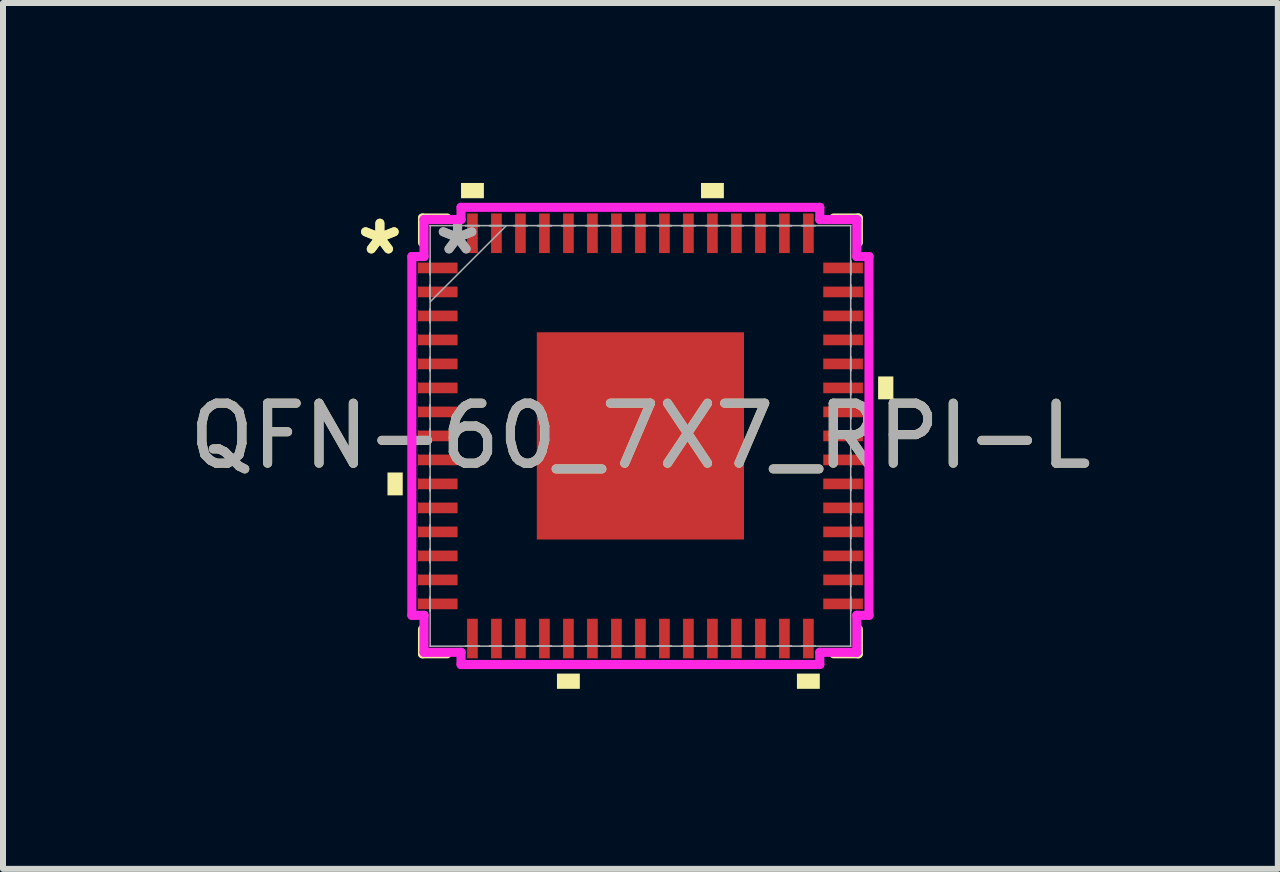
<source format=kicad_pcb>
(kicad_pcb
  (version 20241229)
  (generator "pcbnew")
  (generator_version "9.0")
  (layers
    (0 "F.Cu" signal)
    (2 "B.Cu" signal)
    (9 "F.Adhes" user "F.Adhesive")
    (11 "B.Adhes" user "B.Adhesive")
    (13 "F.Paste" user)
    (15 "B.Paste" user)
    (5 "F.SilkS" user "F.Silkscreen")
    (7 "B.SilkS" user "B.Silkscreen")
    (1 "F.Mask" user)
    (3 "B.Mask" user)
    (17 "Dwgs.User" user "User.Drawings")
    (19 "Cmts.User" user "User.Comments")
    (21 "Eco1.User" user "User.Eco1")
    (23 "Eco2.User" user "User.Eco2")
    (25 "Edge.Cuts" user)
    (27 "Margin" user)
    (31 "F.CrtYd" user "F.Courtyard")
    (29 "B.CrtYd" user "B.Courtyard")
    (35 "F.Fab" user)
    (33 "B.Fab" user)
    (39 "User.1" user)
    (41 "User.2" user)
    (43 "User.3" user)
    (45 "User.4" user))
  (footprint "QFN-60_7X7_RPI-L"
    (layer "F.Cu")
    (at 7.625 4.216)
    (property "Reference" "QFN-60_7X7_RPI-L" (at 0 0 0) (unlocked yes) (layer "F.SilkS") (effects (font (size 1 1) (thickness 0.15))))
    (attr smd)
    (fp_line (start -3.632 -3.632) (end -3.632 -3.222) (stroke (width 0.152) (type solid)) (layer "F.SilkS"))
    (fp_line (start -3.632 3.222) (end -3.632 3.632) (stroke (width 0.152) (type solid)) (layer "F.SilkS"))
    (fp_line (start -3.632 3.632) (end -3.222 3.632) (stroke (width 0.152) (type solid)) (layer "F.SilkS"))
    (fp_line (start -3.222 -3.632) (end -3.632 -3.632) (stroke (width 0.152) (type solid)) (layer "F.SilkS"))
    (fp_line (start 3.222 3.632) (end 3.632 3.632) (stroke (width 0.152) (type solid)) (layer "F.SilkS"))
    (fp_line (start 3.632 -3.632) (end 3.222 -3.632) (stroke (width 0.152) (type solid)) (layer "F.SilkS"))
    (fp_line (start 3.632 -3.222) (end 3.632 -3.632) (stroke (width 0.152) (type solid)) (layer "F.SilkS"))
    (fp_line (start 3.632 3.632) (end 3.632 3.222) (stroke (width 0.152) (type solid)) (layer "F.SilkS"))
    (fp_poly (pts (xy -4.216 0.61) (xy -4.216 0.991) (xy -3.962 0.991) (xy -3.962 0.61)) (stroke (width 0) (type solid)) (fill yes) (layer "F.SilkS"))
    (fp_poly (pts (xy -2.99 -3.962) (xy -2.99 -4.216) (xy -2.609 -4.216) (xy -2.609 -3.962)) (stroke (width 0) (type solid)) (fill yes) (layer "F.SilkS"))
    (fp_poly (pts (xy -1.391 3.962) (xy -1.391 4.216) (xy -1.01 4.216) (xy -1.01 3.962)) (stroke (width 0) (type solid)) (fill yes) (layer "F.SilkS"))
    (fp_poly (pts (xy 1.01 -3.962) (xy 1.01 -4.216) (xy 1.391 -4.216) (xy 1.391 -3.962)) (stroke (width 0) (type solid)) (fill yes) (layer "F.SilkS"))
    (fp_poly (pts (xy 2.609 3.962) (xy 2.609 4.216) (xy 2.99 4.216) (xy 2.99 3.962)) (stroke (width 0) (type solid)) (fill yes) (layer "F.SilkS"))
    (fp_poly (pts (xy 4.216 -0.991) (xy 4.216 -0.61) (xy 3.962 -0.61) (xy 3.962 -0.991)) (stroke (width 0) (type solid)) (fill yes) (layer "F.SilkS"))
    (fp_poly (pts (xy -1.627 -1.627) (xy -1.627 -0.1) (xy -0.1 -0.1) (xy -0.1 -1.627)) (stroke (width 0) (type solid)) (fill yes) (layer "F.Paste"))
    (fp_poly (pts (xy -1.627 0.1) (xy -1.627 1.627) (xy -0.1 1.627) (xy -0.1 0.1)) (stroke (width 0) (type solid)) (fill yes) (layer "F.Paste"))
    (fp_poly (pts (xy 0.1 -1.627) (xy 0.1 -0.1) (xy 1.627 -0.1) (xy 1.627 -1.627)) (stroke (width 0) (type solid)) (fill yes) (layer "F.Paste"))
    (fp_poly (pts (xy 0.1 0.1) (xy 0.1 1.627) (xy 1.627 1.627) (xy 1.627 0.1)) (stroke (width 0) (type solid)) (fill yes) (layer "F.Paste"))
    (fp_line (start -3.81 -2.99) (end -3.607 -2.99) (stroke (width 0.152) (type solid)) (layer "F.CrtYd"))
    (fp_line (start -3.81 2.99) (end -3.81 -2.99) (stroke (width 0.152) (type solid)) (layer "F.CrtYd"))
    (fp_line (start -3.607 -3.607) (end -2.99 -3.607) (stroke (width 0.152) (type solid)) (layer "F.CrtYd"))
    (fp_line (start -3.607 -2.99) (end -3.607 -3.607) (stroke (width 0.152) (type solid)) (layer "F.CrtYd"))
    (fp_line (start -3.607 2.99) (end -3.81 2.99) (stroke (width 0.152) (type solid)) (layer "F.CrtYd"))
    (fp_line (start -3.607 3.607) (end -3.607 2.99) (stroke (width 0.152) (type solid)) (layer "F.CrtYd"))
    (fp_line (start -2.99 -3.81) (end 2.99 -3.81) (stroke (width 0.152) (type solid)) (layer "F.CrtYd"))
    (fp_line (start -2.99 -3.607) (end -2.99 -3.81) (stroke (width 0.152) (type solid)) (layer "F.CrtYd"))
    (fp_line (start -2.99 3.607) (end -3.607 3.607) (stroke (width 0.152) (type solid)) (layer "F.CrtYd"))
    (fp_line (start -2.99 3.81) (end -2.99 3.607) (stroke (width 0.152) (type solid)) (layer "F.CrtYd"))
    (fp_line (start 2.99 -3.81) (end 2.99 -3.607) (stroke (width 0.152) (type solid)) (layer "F.CrtYd"))
    (fp_line (start 2.99 -3.607) (end 3.607 -3.607) (stroke (width 0.152) (type solid)) (layer "F.CrtYd"))
    (fp_line (start 2.99 3.607) (end 2.99 3.81) (stroke (width 0.152) (type solid)) (layer "F.CrtYd"))
    (fp_line (start 2.99 3.81) (end -2.99 3.81) (stroke (width 0.152) (type solid)) (layer "F.CrtYd"))
    (fp_line (start 3.607 -3.607) (end 3.607 -2.99) (stroke (width 0.152) (type solid)) (layer "F.CrtYd"))
    (fp_line (start 3.607 -2.99) (end 3.81 -2.99) (stroke (width 0.152) (type solid)) (layer "F.CrtYd"))
    (fp_line (start 3.607 2.99) (end 3.607 3.607) (stroke (width 0.152) (type solid)) (layer "F.CrtYd"))
    (fp_line (start 3.607 3.607) (end 2.99 3.607) (stroke (width 0.152) (type solid)) (layer "F.CrtYd"))
    (fp_line (start 3.81 -2.99) (end 3.81 2.99) (stroke (width 0.152) (type solid)) (layer "F.CrtYd"))
    (fp_line (start 3.81 2.99) (end 3.607 2.99) (stroke (width 0.152) (type solid)) (layer "F.CrtYd"))
    (fp_line (start -3.505 -3.505) (end -3.505 -3.505) (stroke (width 0.025) (type solid)) (layer "F.Fab"))
    (fp_line (start -3.505 -3.505) (end -3.505 3.505) (stroke (width 0.025) (type solid)) (layer "F.Fab"))
    (fp_line (start -3.505 -2.914) (end -3.505 -2.914) (stroke (width 0.025) (type solid)) (layer "F.Fab"))
    (fp_line (start -3.505 -2.914) (end -3.505 -2.686) (stroke (width 0.025) (type solid)) (layer "F.Fab"))
    (fp_line (start -3.505 -2.686) (end -3.505 -2.914) (stroke (width 0.025) (type solid)) (layer "F.Fab"))
    (fp_line (start -3.505 -2.686) (end -3.505 -2.686) (stroke (width 0.025) (type solid)) (layer "F.Fab"))
    (fp_line (start -3.505 -2.514) (end -3.505 -2.514) (stroke (width 0.025) (type solid)) (layer "F.Fab"))
    (fp_line (start -3.505 -2.514) (end -3.505 -2.286) (stroke (width 0.025) (type solid)) (layer "F.Fab"))
    (fp_line (start -3.505 -2.286) (end -3.505 -2.514) (stroke (width 0.025) (type solid)) (layer "F.Fab"))
    (fp_line (start -3.505 -2.286) (end -3.505 -2.286) (stroke (width 0.025) (type solid)) (layer "F.Fab"))
    (fp_line (start -3.505 -2.235) (end -2.235 -3.505) (stroke (width 0.025) (type solid)) (layer "F.Fab"))
    (fp_line (start -3.505 -2.114) (end -3.505 -2.114) (stroke (width 0.025) (type solid)) (layer "F.Fab"))
    (fp_line (start -3.505 -2.114) (end -3.505 -1.886) (stroke (width 0.025) (type solid)) (layer "F.Fab"))
    (fp_line (start -3.505 -1.886) (end -3.505 -2.114) (stroke (width 0.025) (type solid)) (layer "F.Fab"))
    (fp_line (start -3.505 -1.886) (end -3.505 -1.886) (stroke (width 0.025) (type solid)) (layer "F.Fab"))
    (fp_line (start -3.505 -1.714) (end -3.505 -1.714) (stroke (width 0.025) (type solid)) (layer "F.Fab"))
    (fp_line (start -3.505 -1.714) (end -3.505 -1.486) (stroke (width 0.025) (type solid)) (layer "F.Fab"))
    (fp_line (start -3.505 -1.486) (end -3.505 -1.714) (stroke (width 0.025) (type solid)) (layer "F.Fab"))
    (fp_line (start -3.505 -1.486) (end -3.505 -1.486) (stroke (width 0.025) (type solid)) (layer "F.Fab"))
    (fp_line (start -3.505 -1.314) (end -3.505 -1.314) (stroke (width 0.025) (type solid)) (layer "F.Fab"))
    (fp_line (start -3.505 -1.314) (end -3.505 -1.086) (stroke (width 0.025) (type solid)) (layer "F.Fab"))
    (fp_line (start -3.505 -1.086) (end -3.505 -1.314) (stroke (width 0.025) (type solid)) (layer "F.Fab"))
    (fp_line (start -3.505 -1.086) (end -3.505 -1.086) (stroke (width 0.025) (type solid)) (layer "F.Fab"))
    (fp_line (start -3.505 -0.914) (end -3.505 -0.914) (stroke (width 0.025) (type solid)) (layer "F.Fab"))
    (fp_line (start -3.505 -0.914) (end -3.505 -0.686) (stroke (width 0.025) (type solid)) (layer "F.Fab"))
    (fp_line (start -3.505 -0.686) (end -3.505 -0.914) (stroke (width 0.025) (type solid)) (layer "F.Fab"))
    (fp_line (start -3.505 -0.686) (end -3.505 -0.686) (stroke (width 0.025) (type solid)) (layer "F.Fab"))
    (fp_line (start -3.505 -0.514) (end -3.505 -0.514) (stroke (width 0.025) (type solid)) (layer "F.Fab"))
    (fp_line (start -3.505 -0.514) (end -3.505 -0.286) (stroke (width 0.025) (type solid)) (layer "F.Fab"))
    (fp_line (start -3.505 -0.286) (end -3.505 -0.514) (stroke (width 0.025) (type solid)) (layer "F.Fab"))
    (fp_line (start -3.505 -0.286) (end -3.505 -0.286) (stroke (width 0.025) (type solid)) (layer "F.Fab"))
    (fp_line (start -3.505 -0.114) (end -3.505 -0.114) (stroke (width 0.025) (type solid)) (layer "F.Fab"))
    (fp_line (start -3.505 -0.114) (end -3.505 0.114) (stroke (width 0.025) (type solid)) (layer "F.Fab"))
    (fp_line (start -3.505 0.114) (end -3.505 -0.114) (stroke (width 0.025) (type solid)) (layer "F.Fab"))
    (fp_line (start -3.505 0.114) (end -3.505 0.114) (stroke (width 0.025) (type solid)) (layer "F.Fab"))
    (fp_line (start -3.505 0.286) (end -3.505 0.286) (stroke (width 0.025) (type solid)) (layer "F.Fab"))
    (fp_line (start -3.505 0.286) (end -3.505 0.514) (stroke (width 0.025) (type solid)) (layer "F.Fab"))
    (fp_line (start -3.505 0.514) (end -3.505 0.286) (stroke (width 0.025) (type solid)) (layer "F.Fab"))
    (fp_line (start -3.505 0.514) (end -3.505 0.514) (stroke (width 0.025) (type solid)) (layer "F.Fab"))
    (fp_line (start -3.505 0.686) (end -3.505 0.686) (stroke (width 0.025) (type solid)) (layer "F.Fab"))
    (fp_line (start -3.505 0.686) (end -3.505 0.914) (stroke (width 0.025) (type solid)) (layer "F.Fab"))
    (fp_line (start -3.505 0.914) (end -3.505 0.686) (stroke (width 0.025) (type solid)) (layer "F.Fab"))
    (fp_line (start -3.505 0.914) (end -3.505 0.914) (stroke (width 0.025) (type solid)) (layer "F.Fab"))
    (fp_line (start -3.505 1.086) (end -3.505 1.086) (stroke (width 0.025) (type solid)) (layer "F.Fab"))
    (fp_line (start -3.505 1.086) (end -3.505 1.314) (stroke (width 0.025) (type solid)) (layer "F.Fab"))
    (fp_line (start -3.505 1.314) (end -3.505 1.086) (stroke (width 0.025) (type solid)) (layer "F.Fab"))
    (fp_line (start -3.505 1.314) (end -3.505 1.314) (stroke (width 0.025) (type solid)) (layer "F.Fab"))
    (fp_line (start -3.505 1.486) (end -3.505 1.486) (stroke (width 0.025) (type solid)) (layer "F.Fab"))
    (fp_line (start -3.505 1.486) (end -3.505 1.714) (stroke (width 0.025) (type solid)) (layer "F.Fab"))
    (fp_line (start -3.505 1.714) (end -3.505 1.486) (stroke (width 0.025) (type solid)) (layer "F.Fab"))
    (fp_line (start -3.505 1.714) (end -3.505 1.714) (stroke (width 0.025) (type solid)) (layer "F.Fab"))
    (fp_line (start -3.505 1.886) (end -3.505 1.886) (stroke (width 0.025) (type solid)) (layer "F.Fab"))
    (fp_line (start -3.505 1.886) (end -3.505 2.114) (stroke (width 0.025) (type solid)) (layer "F.Fab"))
    (fp_line (start -3.505 2.114) (end -3.505 1.886) (stroke (width 0.025) (type solid)) (layer "F.Fab"))
    (fp_line (start -3.505 2.114) (end -3.505 2.114) (stroke (width 0.025) (type solid)) (layer "F.Fab"))
    (fp_line (start -3.505 2.286) (end -3.505 2.286) (stroke (width 0.025) (type solid)) (layer "F.Fab"))
    (fp_line (start -3.505 2.286) (end -3.505 2.514) (stroke (width 0.025) (type solid)) (layer "F.Fab"))
    (fp_line (start -3.505 2.514) (end -3.505 2.286) (stroke (width 0.025) (type solid)) (layer "F.Fab"))
    (fp_line (start -3.505 2.514) (end -3.505 2.514) (stroke (width 0.025) (type solid)) (layer "F.Fab"))
    (fp_line (start -3.505 2.686) (end -3.505 2.686) (stroke (width 0.025) (type solid)) (layer "F.Fab"))
    (fp_line (start -3.505 2.686) (end -3.505 2.914) (stroke (width 0.025) (type solid)) (layer "F.Fab"))
    (fp_line (start -3.505 2.914) (end -3.505 2.686) (stroke (width 0.025) (type solid)) (layer "F.Fab"))
    (fp_line (start -3.505 2.914) (end -3.505 2.914) (stroke (width 0.025) (type solid)) (layer "F.Fab"))
    (fp_line (start -3.505 3.505) (end -3.505 3.505) (stroke (width 0.025) (type solid)) (layer "F.Fab"))
    (fp_line (start -3.505 3.505) (end 3.505 3.505) (stroke (width 0.025) (type solid)) (layer "F.Fab"))
    (fp_line (start -2.914 -3.505) (end -2.914 -3.505) (stroke (width 0.025) (type solid)) (layer "F.Fab"))
    (fp_line (start -2.914 -3.505) (end -2.686 -3.505) (stroke (width 0.025) (type solid)) (layer "F.Fab"))
    (fp_line (start -2.914 3.505) (end -2.914 3.505) (stroke (width 0.025) (type solid)) (layer "F.Fab"))
    (fp_line (start -2.914 3.505) (end -2.686 3.505) (stroke (width 0.025) (type solid)) (layer "F.Fab"))
    (fp_line (start -2.686 -3.505) (end -2.914 -3.505) (stroke (width 0.025) (type solid)) (layer "F.Fab"))
    (fp_line (start -2.686 -3.505) (end -2.686 -3.505) (stroke (width 0.025) (type solid)) (layer "F.Fab"))
    (fp_line (start -2.686 3.505) (end -2.914 3.505) (stroke (width 0.025) (type solid)) (layer "F.Fab"))
    (fp_line (start -2.686 3.505) (end -2.686 3.505) (stroke (width 0.025) (type solid)) (layer "F.Fab"))
    (fp_line (start -2.514 -3.505) (end -2.514 -3.505) (stroke (width 0.025) (type solid)) (layer "F.Fab"))
    (fp_line (start -2.514 -3.505) (end -2.286 -3.505) (stroke (width 0.025) (type solid)) (layer "F.Fab"))
    (fp_line (start -2.514 3.505) (end -2.514 3.505) (stroke (width 0.025) (type solid)) (layer "F.Fab"))
    (fp_line (start -2.514 3.505) (end -2.286 3.505) (stroke (width 0.025) (type solid)) (layer "F.Fab"))
    (fp_line (start -2.286 -3.505) (end -2.514 -3.505) (stroke (width 0.025) (type solid)) (layer "F.Fab"))
    (fp_line (start -2.286 -3.505) (end -2.286 -3.505) (stroke (width 0.025) (type solid)) (layer "F.Fab"))
    (fp_line (start -2.286 3.505) (end -2.514 3.505) (stroke (width 0.025) (type solid)) (layer "F.Fab"))
    (fp_line (start -2.286 3.505) (end -2.286 3.505) (stroke (width 0.025) (type solid)) (layer "F.Fab"))
    (fp_line (start -2.114 -3.505) (end -2.114 -3.505) (stroke (width 0.025) (type solid)) (layer "F.Fab"))
    (fp_line (start -2.114 -3.505) (end -1.886 -3.505) (stroke (width 0.025) (type solid)) (layer "F.Fab"))
    (fp_line (start -2.114 3.505) (end -2.114 3.505) (stroke (width 0.025) (type solid)) (layer "F.Fab"))
    (fp_line (start -2.114 3.505) (end -1.886 3.505) (stroke (width 0.025) (type solid)) (layer "F.Fab"))
    (fp_line (start -1.886 -3.505) (end -2.114 -3.505) (stroke (width 0.025) (type solid)) (layer "F.Fab"))
    (fp_line (start -1.886 -3.505) (end -1.886 -3.505) (stroke (width 0.025) (type solid)) (layer "F.Fab"))
    (fp_line (start -1.886 3.505) (end -2.114 3.505) (stroke (width 0.025) (type solid)) (layer "F.Fab"))
    (fp_line (start -1.886 3.505) (end -1.886 3.505) (stroke (width 0.025) (type solid)) (layer "F.Fab"))
    (fp_line (start -1.714 -3.505) (end -1.714 -3.505) (stroke (width 0.025) (type solid)) (layer "F.Fab"))
    (fp_line (start -1.714 -3.505) (end -1.486 -3.505) (stroke (width 0.025) (type solid)) (layer "F.Fab"))
    (fp_line (start -1.714 3.505) (end -1.714 3.505) (stroke (width 0.025) (type solid)) (layer "F.Fab"))
    (fp_line (start -1.714 3.505) (end -1.486 3.505) (stroke (width 0.025) (type solid)) (layer "F.Fab"))
    (fp_line (start -1.486 -3.505) (end -1.714 -3.505) (stroke (width 0.025) (type solid)) (layer "F.Fab"))
    (fp_line (start -1.486 -3.505) (end -1.486 -3.505) (stroke (width 0.025) (type solid)) (layer "F.Fab"))
    (fp_line (start -1.486 3.505) (end -1.714 3.505) (stroke (width 0.025) (type solid)) (layer "F.Fab"))
    (fp_line (start -1.486 3.505) (end -1.486 3.505) (stroke (width 0.025) (type solid)) (layer "F.Fab"))
    (fp_line (start -1.314 -3.505) (end -1.314 -3.505) (stroke (width 0.025) (type solid)) (layer "F.Fab"))
    (fp_line (start -1.314 -3.505) (end -1.086 -3.505) (stroke (width 0.025) (type solid)) (layer "F.Fab"))
    (fp_line (start -1.314 3.505) (end -1.314 3.505) (stroke (width 0.025) (type solid)) (layer "F.Fab"))
    (fp_line (start -1.314 3.505) (end -1.086 3.505) (stroke (width 0.025) (type solid)) (layer "F.Fab"))
    (fp_line (start -1.086 -3.505) (end -1.314 -3.505) (stroke (width 0.025) (type solid)) (layer "F.Fab"))
    (fp_line (start -1.086 -3.505) (end -1.086 -3.505) (stroke (width 0.025) (type solid)) (layer "F.Fab"))
    (fp_line (start -1.086 3.505) (end -1.314 3.505) (stroke (width 0.025) (type solid)) (layer "F.Fab"))
    (fp_line (start -1.086 3.505) (end -1.086 3.505) (stroke (width 0.025) (type solid)) (layer "F.Fab"))
    (fp_line (start -0.914 -3.505) (end -0.914 -3.505) (stroke (width 0.025) (type solid)) (layer "F.Fab"))
    (fp_line (start -0.914 -3.505) (end -0.686 -3.505) (stroke (width 0.025) (type solid)) (layer "F.Fab"))
    (fp_line (start -0.914 3.505) (end -0.914 3.505) (stroke (width 0.025) (type solid)) (layer "F.Fab"))
    (fp_line (start -0.914 3.505) (end -0.686 3.505) (stroke (width 0.025) (type solid)) (layer "F.Fab"))
    (fp_line (start -0.686 -3.505) (end -0.914 -3.505) (stroke (width 0.025) (type solid)) (layer "F.Fab"))
    (fp_line (start -0.686 -3.505) (end -0.686 -3.505) (stroke (width 0.025) (type solid)) (layer "F.Fab"))
    (fp_line (start -0.686 3.505) (end -0.914 3.505) (stroke (width 0.025) (type solid)) (layer "F.Fab"))
    (fp_line (start -0.686 3.505) (end -0.686 3.505) (stroke (width 0.025) (type solid)) (layer "F.Fab"))
    (fp_line (start -0.514 -3.505) (end -0.514 -3.505) (stroke (width 0.025) (type solid)) (layer "F.Fab"))
    (fp_line (start -0.514 -3.505) (end -0.286 -3.505) (stroke (width 0.025) (type solid)) (layer "F.Fab"))
    (fp_line (start -0.514 3.505) (end -0.514 3.505) (stroke (width 0.025) (type solid)) (layer "F.Fab"))
    (fp_line (start -0.514 3.505) (end -0.286 3.505) (stroke (width 0.025) (type solid)) (layer "F.Fab"))
    (fp_line (start -0.286 -3.505) (end -0.514 -3.505) (stroke (width 0.025) (type solid)) (layer "F.Fab"))
    (fp_line (start -0.286 -3.505) (end -0.286 -3.505) (stroke (width 0.025) (type solid)) (layer "F.Fab"))
    (fp_line (start -0.286 3.505) (end -0.514 3.505) (stroke (width 0.025) (type solid)) (layer "F.Fab"))
    (fp_line (start -0.286 3.505) (end -0.286 3.505) (stroke (width 0.025) (type solid)) (layer "F.Fab"))
    (fp_line (start -0.114 -3.505) (end -0.114 -3.505) (stroke (width 0.025) (type solid)) (layer "F.Fab"))
    (fp_line (start -0.114 -3.505) (end 0.114 -3.505) (stroke (width 0.025) (type solid)) (layer "F.Fab"))
    (fp_line (start -0.114 3.505) (end -0.114 3.505) (stroke (width 0.025) (type solid)) (layer "F.Fab"))
    (fp_line (start -0.114 3.505) (end 0.114 3.505) (stroke (width 0.025) (type solid)) (layer "F.Fab"))
    (fp_line (start 0.114 -3.505) (end -0.114 -3.505) (stroke (width 0.025) (type solid)) (layer "F.Fab"))
    (fp_line (start 0.114 -3.505) (end 0.114 -3.505) (stroke (width 0.025) (type solid)) (layer "F.Fab"))
    (fp_line (start 0.114 3.505) (end -0.114 3.505) (stroke (width 0.025) (type solid)) (layer "F.Fab"))
    (fp_line (start 0.114 3.505) (end 0.114 3.505) (stroke (width 0.025) (type solid)) (layer "F.Fab"))
    (fp_line (start 0.286 -3.505) (end 0.286 -3.505) (stroke (width 0.025) (type solid)) (layer "F.Fab"))
    (fp_line (start 0.286 -3.505) (end 0.514 -3.505) (stroke (width 0.025) (type solid)) (layer "F.Fab"))
    (fp_line (start 0.286 3.505) (end 0.286 3.505) (stroke (width 0.025) (type solid)) (layer "F.Fab"))
    (fp_line (start 0.286 3.505) (end 0.514 3.505) (stroke (width 0.025) (type solid)) (layer "F.Fab"))
    (fp_line (start 0.514 -3.505) (end 0.286 -3.505) (stroke (width 0.025) (type solid)) (layer "F.Fab"))
    (fp_line (start 0.514 -3.505) (end 0.514 -3.505) (stroke (width 0.025) (type solid)) (layer "F.Fab"))
    (fp_line (start 0.514 3.505) (end 0.286 3.505) (stroke (width 0.025) (type solid)) (layer "F.Fab"))
    (fp_line (start 0.514 3.505) (end 0.514 3.505) (stroke (width 0.025) (type solid)) (layer "F.Fab"))
    (fp_line (start 0.686 -3.505) (end 0.686 -3.505) (stroke (width 0.025) (type solid)) (layer "F.Fab"))
    (fp_line (start 0.686 -3.505) (end 0.914 -3.505) (stroke (width 0.025) (type solid)) (layer "F.Fab"))
    (fp_line (start 0.686 3.505) (end 0.686 3.505) (stroke (width 0.025) (type solid)) (layer "F.Fab"))
    (fp_line (start 0.686 3.505) (end 0.914 3.505) (stroke (width 0.025) (type solid)) (layer "F.Fab"))
    (fp_line (start 0.914 -3.505) (end 0.686 -3.505) (stroke (width 0.025) (type solid)) (layer "F.Fab"))
    (fp_line (start 0.914 -3.505) (end 0.914 -3.505) (stroke (width 0.025) (type solid)) (layer "F.Fab"))
    (fp_line (start 0.914 3.505) (end 0.686 3.505) (stroke (width 0.025) (type solid)) (layer "F.Fab"))
    (fp_line (start 0.914 3.505) (end 0.914 3.505) (stroke (width 0.025) (type solid)) (layer "F.Fab"))
    (fp_line (start 1.086 -3.505) (end 1.086 -3.505) (stroke (width 0.025) (type solid)) (layer "F.Fab"))
    (fp_line (start 1.086 -3.505) (end 1.314 -3.505) (stroke (width 0.025) (type solid)) (layer "F.Fab"))
    (fp_line (start 1.086 3.505) (end 1.086 3.505) (stroke (width 0.025) (type solid)) (layer "F.Fab"))
    (fp_line (start 1.086 3.505) (end 1.314 3.505) (stroke (width 0.025) (type solid)) (layer "F.Fab"))
    (fp_line (start 1.314 -3.505) (end 1.086 -3.505) (stroke (width 0.025) (type solid)) (layer "F.Fab"))
    (fp_line (start 1.314 -3.505) (end 1.314 -3.505) (stroke (width 0.025) (type solid)) (layer "F.Fab"))
    (fp_line (start 1.314 3.505) (end 1.086 3.505) (stroke (width 0.025) (type solid)) (layer "F.Fab"))
    (fp_line (start 1.314 3.505) (end 1.314 3.505) (stroke (width 0.025) (type solid)) (layer "F.Fab"))
    (fp_line (start 1.486 -3.505) (end 1.486 -3.505) (stroke (width 0.025) (type solid)) (layer "F.Fab"))
    (fp_line (start 1.486 -3.505) (end 1.714 -3.505) (stroke (width 0.025) (type solid)) (layer "F.Fab"))
    (fp_line (start 1.486 3.505) (end 1.486 3.505) (stroke (width 0.025) (type solid)) (layer "F.Fab"))
    (fp_line (start 1.486 3.505) (end 1.714 3.505) (stroke (width 0.025) (type solid)) (layer "F.Fab"))
    (fp_line (start 1.714 -3.505) (end 1.486 -3.505) (stroke (width 0.025) (type solid)) (layer "F.Fab"))
    (fp_line (start 1.714 -3.505) (end 1.714 -3.505) (stroke (width 0.025) (type solid)) (layer "F.Fab"))
    (fp_line (start 1.714 3.505) (end 1.486 3.505) (stroke (width 0.025) (type solid)) (layer "F.Fab"))
    (fp_line (start 1.714 3.505) (end 1.714 3.505) (stroke (width 0.025) (type solid)) (layer "F.Fab"))
    (fp_line (start 1.886 -3.505) (end 1.886 -3.505) (stroke (width 0.025) (type solid)) (layer "F.Fab"))
    (fp_line (start 1.886 -3.505) (end 2.114 -3.505) (stroke (width 0.025) (type solid)) (layer "F.Fab"))
    (fp_line (start 1.886 3.505) (end 1.886 3.505) (stroke (width 0.025) (type solid)) (layer "F.Fab"))
    (fp_line (start 1.886 3.505) (end 2.114 3.505) (stroke (width 0.025) (type solid)) (layer "F.Fab"))
    (fp_line (start 2.114 -3.505) (end 1.886 -3.505) (stroke (width 0.025) (type solid)) (layer "F.Fab"))
    (fp_line (start 2.114 -3.505) (end 2.114 -3.505) (stroke (width 0.025) (type solid)) (layer "F.Fab"))
    (fp_line (start 2.114 3.505) (end 1.886 3.505) (stroke (width 0.025) (type solid)) (layer "F.Fab"))
    (fp_line (start 2.114 3.505) (end 2.114 3.505) (stroke (width 0.025) (type solid)) (layer "F.Fab"))
    (fp_line (start 2.286 -3.505) (end 2.286 -3.505) (stroke (width 0.025) (type solid)) (layer "F.Fab"))
    (fp_line (start 2.286 -3.505) (end 2.514 -3.505) (stroke (width 0.025) (type solid)) (layer "F.Fab"))
    (fp_line (start 2.286 3.505) (end 2.286 3.505) (stroke (width 0.025) (type solid)) (layer "F.Fab"))
    (fp_line (start 2.286 3.505) (end 2.514 3.505) (stroke (width 0.025) (type solid)) (layer "F.Fab"))
    (fp_line (start 2.514 -3.505) (end 2.286 -3.505) (stroke (width 0.025) (type solid)) (layer "F.Fab"))
    (fp_line (start 2.514 -3.505) (end 2.514 -3.505) (stroke (width 0.025) (type solid)) (layer "F.Fab"))
    (fp_line (start 2.514 3.505) (end 2.286 3.505) (stroke (width 0.025) (type solid)) (layer "F.Fab"))
    (fp_line (start 2.514 3.505) (end 2.514 3.505) (stroke (width 0.025) (type solid)) (layer "F.Fab"))
    (fp_line (start 2.686 -3.505) (end 2.686 -3.505) (stroke (width 0.025) (type solid)) (layer "F.Fab"))
    (fp_line (start 2.686 -3.505) (end 2.914 -3.505) (stroke (width 0.025) (type solid)) (layer "F.Fab"))
    (fp_line (start 2.686 3.505) (end 2.686 3.505) (stroke (width 0.025) (type solid)) (layer "F.Fab"))
    (fp_line (start 2.686 3.505) (end 2.914 3.505) (stroke (width 0.025) (type solid)) (layer "F.Fab"))
    (fp_line (start 2.914 -3.505) (end 2.686 -3.505) (stroke (width 0.025) (type solid)) (layer "F.Fab"))
    (fp_line (start 2.914 -3.505) (end 2.914 -3.505) (stroke (width 0.025) (type solid)) (layer "F.Fab"))
    (fp_line (start 2.914 3.505) (end 2.686 3.505) (stroke (width 0.025) (type solid)) (layer "F.Fab"))
    (fp_line (start 2.914 3.505) (end 2.914 3.505) (stroke (width 0.025) (type solid)) (layer "F.Fab"))
    (fp_line (start 3.505 -3.505) (end -3.505 -3.505) (stroke (width 0.025) (type solid)) (layer "F.Fab"))
    (fp_line (start 3.505 -3.505) (end 3.505 -3.505) (stroke (width 0.025) (type solid)) (layer "F.Fab"))
    (fp_line (start 3.505 -2.914) (end 3.505 -2.914) (stroke (width 0.025) (type solid)) (layer "F.Fab"))
    (fp_line (start 3.505 -2.914) (end 3.505 -2.686) (stroke (width 0.025) (type solid)) (layer "F.Fab"))
    (fp_line (start 3.505 -2.686) (end 3.505 -2.914) (stroke (width 0.025) (type solid)) (layer "F.Fab"))
    (fp_line (start 3.505 -2.686) (end 3.505 -2.686) (stroke (width 0.025) (type solid)) (layer "F.Fab"))
    (fp_line (start 3.505 -2.514) (end 3.505 -2.514) (stroke (width 0.025) (type solid)) (layer "F.Fab"))
    (fp_line (start 3.505 -2.514) (end 3.505 -2.286) (stroke (width 0.025) (type solid)) (layer "F.Fab"))
    (fp_line (start 3.505 -2.286) (end 3.505 -2.514) (stroke (width 0.025) (type solid)) (layer "F.Fab"))
    (fp_line (start 3.505 -2.286) (end 3.505 -2.286) (stroke (width 0.025) (type solid)) (layer "F.Fab"))
    (fp_line (start 3.505 -2.114) (end 3.505 -2.114) (stroke (width 0.025) (type solid)) (layer "F.Fab"))
    (fp_line (start 3.505 -2.114) (end 3.505 -1.886) (stroke (width 0.025) (type solid)) (layer "F.Fab"))
    (fp_line (start 3.505 -1.886) (end 3.505 -2.114) (stroke (width 0.025) (type solid)) (layer "F.Fab"))
    (fp_line (start 3.505 -1.886) (end 3.505 -1.886) (stroke (width 0.025) (type solid)) (layer "F.Fab"))
    (fp_line (start 3.505 -1.714) (end 3.505 -1.714) (stroke (width 0.025) (type solid)) (layer "F.Fab"))
    (fp_line (start 3.505 -1.714) (end 3.505 -1.486) (stroke (width 0.025) (type solid)) (layer "F.Fab"))
    (fp_line (start 3.505 -1.486) (end 3.505 -1.714) (stroke (width 0.025) (type solid)) (layer "F.Fab"))
    (fp_line (start 3.505 -1.486) (end 3.505 -1.486) (stroke (width 0.025) (type solid)) (layer "F.Fab"))
    (fp_line (start 3.505 -1.314) (end 3.505 -1.314) (stroke (width 0.025) (type solid)) (layer "F.Fab"))
    (fp_line (start 3.505 -1.314) (end 3.505 -1.086) (stroke (width 0.025) (type solid)) (layer "F.Fab"))
    (fp_line (start 3.505 -1.086) (end 3.505 -1.314) (stroke (width 0.025) (type solid)) (layer "F.Fab"))
    (fp_line (start 3.505 -1.086) (end 3.505 -1.086) (stroke (width 0.025) (type solid)) (layer "F.Fab"))
    (fp_line (start 3.505 -0.914) (end 3.505 -0.914) (stroke (width 0.025) (type solid)) (layer "F.Fab"))
    (fp_line (start 3.505 -0.914) (end 3.505 -0.686) (stroke (width 0.025) (type solid)) (layer "F.Fab"))
    (fp_line (start 3.505 -0.686) (end 3.505 -0.914) (stroke (width 0.025) (type solid)) (layer "F.Fab"))
    (fp_line (start 3.505 -0.686) (end 3.505 -0.686) (stroke (width 0.025) (type solid)) (layer "F.Fab"))
    (fp_line (start 3.505 -0.514) (end 3.505 -0.514) (stroke (width 0.025) (type solid)) (layer "F.Fab"))
    (fp_line (start 3.505 -0.514) (end 3.505 -0.286) (stroke (width 0.025) (type solid)) (layer "F.Fab"))
    (fp_line (start 3.505 -0.286) (end 3.505 -0.514) (stroke (width 0.025) (type solid)) (layer "F.Fab"))
    (fp_line (start 3.505 -0.286) (end 3.505 -0.286) (stroke (width 0.025) (type solid)) (layer "F.Fab"))
    (fp_line (start 3.505 -0.114) (end 3.505 -0.114) (stroke (width 0.025) (type solid)) (layer "F.Fab"))
    (fp_line (start 3.505 -0.114) (end 3.505 0.114) (stroke (width 0.025) (type solid)) (layer "F.Fab"))
    (fp_line (start 3.505 0.114) (end 3.505 -0.114) (stroke (width 0.025) (type solid)) (layer "F.Fab"))
    (fp_line (start 3.505 0.114) (end 3.505 0.114) (stroke (width 0.025) (type solid)) (layer "F.Fab"))
    (fp_line (start 3.505 0.286) (end 3.505 0.286) (stroke (width 0.025) (type solid)) (layer "F.Fab"))
    (fp_line (start 3.505 0.286) (end 3.505 0.514) (stroke (width 0.025) (type solid)) (layer "F.Fab"))
    (fp_line (start 3.505 0.514) (end 3.505 0.286) (stroke (width 0.025) (type solid)) (layer "F.Fab"))
    (fp_line (start 3.505 0.514) (end 3.505 0.514) (stroke (width 0.025) (type solid)) (layer "F.Fab"))
    (fp_line (start 3.505 0.686) (end 3.505 0.686) (stroke (width 0.025) (type solid)) (layer "F.Fab"))
    (fp_line (start 3.505 0.686) (end 3.505 0.914) (stroke (width 0.025) (type solid)) (layer "F.Fab"))
    (fp_line (start 3.505 0.914) (end 3.505 0.686) (stroke (width 0.025) (type solid)) (layer "F.Fab"))
    (fp_line (start 3.505 0.914) (end 3.505 0.914) (stroke (width 0.025) (type solid)) (layer "F.Fab"))
    (fp_line (start 3.505 1.086) (end 3.505 1.086) (stroke (width 0.025) (type solid)) (layer "F.Fab"))
    (fp_line (start 3.505 1.086) (end 3.505 1.314) (stroke (width 0.025) (type solid)) (layer "F.Fab"))
    (fp_line (start 3.505 1.314) (end 3.505 1.086) (stroke (width 0.025) (type solid)) (layer "F.Fab"))
    (fp_line (start 3.505 1.314) (end 3.505 1.314) (stroke (width 0.025) (type solid)) (layer "F.Fab"))
    (fp_line (start 3.505 1.486) (end 3.505 1.486) (stroke (width 0.025) (type solid)) (layer "F.Fab"))
    (fp_line (start 3.505 1.486) (end 3.505 1.714) (stroke (width 0.025) (type solid)) (layer "F.Fab"))
    (fp_line (start 3.505 1.714) (end 3.505 1.486) (stroke (width 0.025) (type solid)) (layer "F.Fab"))
    (fp_line (start 3.505 1.714) (end 3.505 1.714) (stroke (width 0.025) (type solid)) (layer "F.Fab"))
    (fp_line (start 3.505 1.886) (end 3.505 1.886) (stroke (width 0.025) (type solid)) (layer "F.Fab"))
    (fp_line (start 3.505 1.886) (end 3.505 2.114) (stroke (width 0.025) (type solid)) (layer "F.Fab"))
    (fp_line (start 3.505 2.114) (end 3.505 1.886) (stroke (width 0.025) (type solid)) (layer "F.Fab"))
    (fp_line (start 3.505 2.114) (end 3.505 2.114) (stroke (width 0.025) (type solid)) (layer "F.Fab"))
    (fp_line (start 3.505 2.286) (end 3.505 2.286) (stroke (width 0.025) (type solid)) (layer "F.Fab"))
    (fp_line (start 3.505 2.286) (end 3.505 2.514) (stroke (width 0.025) (type solid)) (layer "F.Fab"))
    (fp_line (start 3.505 2.514) (end 3.505 2.286) (stroke (width 0.025) (type solid)) (layer "F.Fab"))
    (fp_line (start 3.505 2.514) (end 3.505 2.514) (stroke (width 0.025) (type solid)) (layer "F.Fab"))
    (fp_line (start 3.505 2.686) (end 3.505 2.686) (stroke (width 0.025) (type solid)) (layer "F.Fab"))
    (fp_line (start 3.505 2.686) (end 3.505 2.914) (stroke (width 0.025) (type solid)) (layer "F.Fab"))
    (fp_line (start 3.505 2.914) (end 3.505 2.686) (stroke (width 0.025) (type solid)) (layer "F.Fab"))
    (fp_line (start 3.505 2.914) (end 3.505 2.914) (stroke (width 0.025) (type solid)) (layer "F.Fab"))
    (fp_line (start 3.505 3.505) (end 3.505 -3.505) (stroke (width 0.025) (type solid)) (layer "F.Fab"))
    (fp_line (start 3.505 3.505) (end 3.505 3.505) (stroke (width 0.025) (type solid)) (layer "F.Fab"))
    (fp_text user "*" (at -4.343 -3 0) (unlocked yes) (layer "F.SilkS") (effects (font (size 1 1) (thickness 0.15))))
    (fp_text user "*" (at -4.343 -3 0) (layer "F.SilkS") (effects (font (size 1 1) (thickness 0.15))))
    (fp_text user "*" (at -3.048 -3 0) (unlocked yes) (layer "F.Fab") (effects (font (size 1 1) (thickness 0.15))))
    (fp_text user "*" (at -3.048 -3 0) (layer "F.Fab") (effects (font (size 1 1) (thickness 0.15))))
    (fp_text user "${REFERENCE}" (at 0 0 0) (unlocked yes) (layer "F.Fab") (effects (font (size 1 1) (thickness 0.15))))
    (pad "1" smd rect (at -3.378 -2.8 90) (size 0.178 0.66) (layers "F.Cu" "F.Mask" "F.Paste"))
    (pad "2" smd rect (at -3.378 -2.4 90) (size 0.178 0.66) (layers "F.Cu" "F.Mask" "F.Paste"))
    (pad "3" smd rect (at -3.378 -2 90) (size 0.178 0.66) (layers "F.Cu" "F.Mask" "F.Paste"))
    (pad "4" smd rect (at -3.378 -1.6 90) (size 0.178 0.66) (layers "F.Cu" "F.Mask" "F.Paste"))
    (pad "5" smd rect (at -3.378 -1.2 90) (size 0.178 0.66) (layers "F.Cu" "F.Mask" "F.Paste"))
    (pad "6" smd rect (at -3.378 -0.8 90) (size 0.178 0.66) (layers "F.Cu" "F.Mask" "F.Paste"))
    (pad "7" smd rect (at -3.378 -0.4 90) (size 0.178 0.66) (layers "F.Cu" "F.Mask" "F.Paste"))
    (pad "8" smd rect (at -3.378 0 90) (size 0.178 0.66) (layers "F.Cu" "F.Mask" "F.Paste"))
    (pad "9" smd rect (at -3.378 0.4 90) (size 0.178 0.66) (layers "F.Cu" "F.Mask" "F.Paste"))
    (pad "10" smd rect (at -3.378 0.8 90) (size 0.178 0.66) (layers "F.Cu" "F.Mask" "F.Paste"))
    (pad "11" smd rect (at -3.378 1.2 90) (size 0.178 0.66) (layers "F.Cu" "F.Mask" "F.Paste"))
    (pad "12" smd rect (at -3.378 1.6 90) (size 0.178 0.66) (layers "F.Cu" "F.Mask" "F.Paste"))
    (pad "13" smd rect (at -3.378 2 90) (size 0.178 0.66) (layers "F.Cu" "F.Mask" "F.Paste"))
    (pad "14" smd rect (at -3.378 2.4 90) (size 0.178 0.66) (layers "F.Cu" "F.Mask" "F.Paste"))
    (pad "15" smd rect (at -3.378 2.8 90) (size 0.178 0.66) (layers "F.Cu" "F.Mask" "F.Paste"))
    (pad "16" smd rect (at -2.8 3.378) (size 0.178 0.66) (layers "F.Cu" "F.Mask" "F.Paste"))
    (pad "17" smd rect (at -2.4 3.378) (size 0.178 0.66) (layers "F.Cu" "F.Mask" "F.Paste"))
    (pad "18" smd rect (at -2 3.378) (size 0.178 0.66) (layers "F.Cu" "F.Mask" "F.Paste"))
    (pad "19" smd rect (at -1.6 3.378) (size 0.178 0.66) (layers "F.Cu" "F.Mask" "F.Paste"))
    (pad "20" smd rect (at -1.2 3.378) (size 0.178 0.66) (layers "F.Cu" "F.Mask" "F.Paste"))
    (pad "21" smd rect (at -0.8 3.378) (size 0.178 0.66) (layers "F.Cu" "F.Mask" "F.Paste"))
    (pad "22" smd rect (at -0.4 3.378) (size 0.178 0.66) (layers "F.Cu" "F.Mask" "F.Paste"))
    (pad "23" smd rect (at 0 3.378) (size 0.178 0.66) (layers "F.Cu" "F.Mask" "F.Paste"))
    (pad "24" smd rect (at 0.4 3.378) (size 0.178 0.66) (layers "F.Cu" "F.Mask" "F.Paste"))
    (pad "25" smd rect (at 0.8 3.378) (size 0.178 0.66) (layers "F.Cu" "F.Mask" "F.Paste"))
    (pad "26" smd rect (at 1.2 3.378) (size 0.178 0.66) (layers "F.Cu" "F.Mask" "F.Paste"))
    (pad "27" smd rect (at 1.6 3.378) (size 0.178 0.66) (layers "F.Cu" "F.Mask" "F.Paste"))
    (pad "28" smd rect (at 2 3.378) (size 0.178 0.66) (layers "F.Cu" "F.Mask" "F.Paste"))
    (pad "29" smd rect (at 2.4 3.378) (size 0.178 0.66) (layers "F.Cu" "F.Mask" "F.Paste"))
    (pad "30" smd rect (at 2.8 3.378) (size 0.178 0.66) (layers "F.Cu" "F.Mask" "F.Paste"))
    (pad "31" smd rect (at 3.378 2.8 90) (size 0.178 0.66) (layers "F.Cu" "F.Mask" "F.Paste"))
    (pad "32" smd rect (at 3.378 2.4 90) (size 0.178 0.66) (layers "F.Cu" "F.Mask" "F.Paste"))
    (pad "33" smd rect (at 3.378 2 90) (size 0.178 0.66) (layers "F.Cu" "F.Mask" "F.Paste"))
    (pad "34" smd rect (at 3.378 1.6 90) (size 0.178 0.66) (layers "F.Cu" "F.Mask" "F.Paste"))
    (pad "35" smd rect (at 3.378 1.2 90) (size 0.178 0.66) (layers "F.Cu" "F.Mask" "F.Paste"))
    (pad "36" smd rect (at 3.378 0.8 90) (size 0.178 0.66) (layers "F.Cu" "F.Mask" "F.Paste"))
    (pad "37" smd rect (at 3.378 0.4 90) (size 0.178 0.66) (layers "F.Cu" "F.Mask" "F.Paste"))
    (pad "38" smd rect (at 3.378 0 90) (size 0.178 0.66) (layers "F.Cu" "F.Mask" "F.Paste"))
    (pad "39" smd rect (at 3.378 -0.4 90) (size 0.178 0.66) (layers "F.Cu" "F.Mask" "F.Paste"))
    (pad "40" smd rect (at 3.378 -0.8 90) (size 0.178 0.66) (layers "F.Cu" "F.Mask" "F.Paste"))
    (pad "41" smd rect (at 3.378 -1.2 90) (size 0.178 0.66) (layers "F.Cu" "F.Mask" "F.Paste"))
    (pad "42" smd rect (at 3.378 -1.6 90) (size 0.178 0.66) (layers "F.Cu" "F.Mask" "F.Paste"))
    (pad "43" smd rect (at 3.378 -2 90) (size 0.178 0.66) (layers "F.Cu" "F.Mask" "F.Paste"))
    (pad "44" smd rect (at 3.378 -2.4 90) (size 0.178 0.66) (layers "F.Cu" "F.Mask" "F.Paste"))
    (pad "45" smd rect (at 3.378 -2.8 90) (size 0.178 0.66) (layers "F.Cu" "F.Mask" "F.Paste"))
    (pad "46" smd rect (at 2.8 -3.378) (size 0.178 0.66) (layers "F.Cu" "F.Mask" "F.Paste"))
    (pad "47" smd rect (at 2.4 -3.378) (size 0.178 0.66) (layers "F.Cu" "F.Mask" "F.Paste"))
    (pad "48" smd rect (at 2 -3.378) (size 0.178 0.66) (layers "F.Cu" "F.Mask" "F.Paste"))
    (pad "49" smd rect (at 1.6 -3.378) (size 0.178 0.66) (layers "F.Cu" "F.Mask" "F.Paste"))
    (pad "50" smd rect (at 1.2 -3.378) (size 0.178 0.66) (layers "F.Cu" "F.Mask" "F.Paste"))
    (pad "51" smd rect (at 0.8 -3.378) (size 0.178 0.66) (layers "F.Cu" "F.Mask" "F.Paste"))
    (pad "52" smd rect (at 0.4 -3.378) (size 0.178 0.66) (layers "F.Cu" "F.Mask" "F.Paste"))
    (pad "53" smd rect (at 0 -3.378) (size 0.178 0.66) (layers "F.Cu" "F.Mask" "F.Paste"))
    (pad "54" smd rect (at -0.4 -3.378) (size 0.178 0.66) (layers "F.Cu" "F.Mask" "F.Paste"))
    (pad "55" smd rect (at -0.8 -3.378) (size 0.178 0.66) (layers "F.Cu" "F.Mask" "F.Paste"))
    (pad "56" smd rect (at -1.2 -3.378) (size 0.178 0.66) (layers "F.Cu" "F.Mask" "F.Paste"))
    (pad "57" smd rect (at -1.6 -3.378) (size 0.178 0.66) (layers "F.Cu" "F.Mask" "F.Paste"))
    (pad "58" smd rect (at -2 -3.378) (size 0.178 0.66) (layers "F.Cu" "F.Mask" "F.Paste"))
    (pad "59" smd rect (at -2.4 -3.378) (size 0.178 0.66) (layers "F.Cu" "F.Mask" "F.Paste"))
    (pad "60" smd rect (at -2.8 -3.378) (size 0.178 0.66) (layers "F.Cu" "F.Mask" "F.Paste"))
    (pad "61" smd rect (at 0 0) (size 3.454 3.454) (layers "F.Cu" "F.Mask" "F.Paste")))
  (gr_rect
    (start -3 -3)
    (end 18.25 11.433)
    (stroke (width 0.1) (type default))
    (fill no)
    (layer "Edge.Cuts")))
</source>
